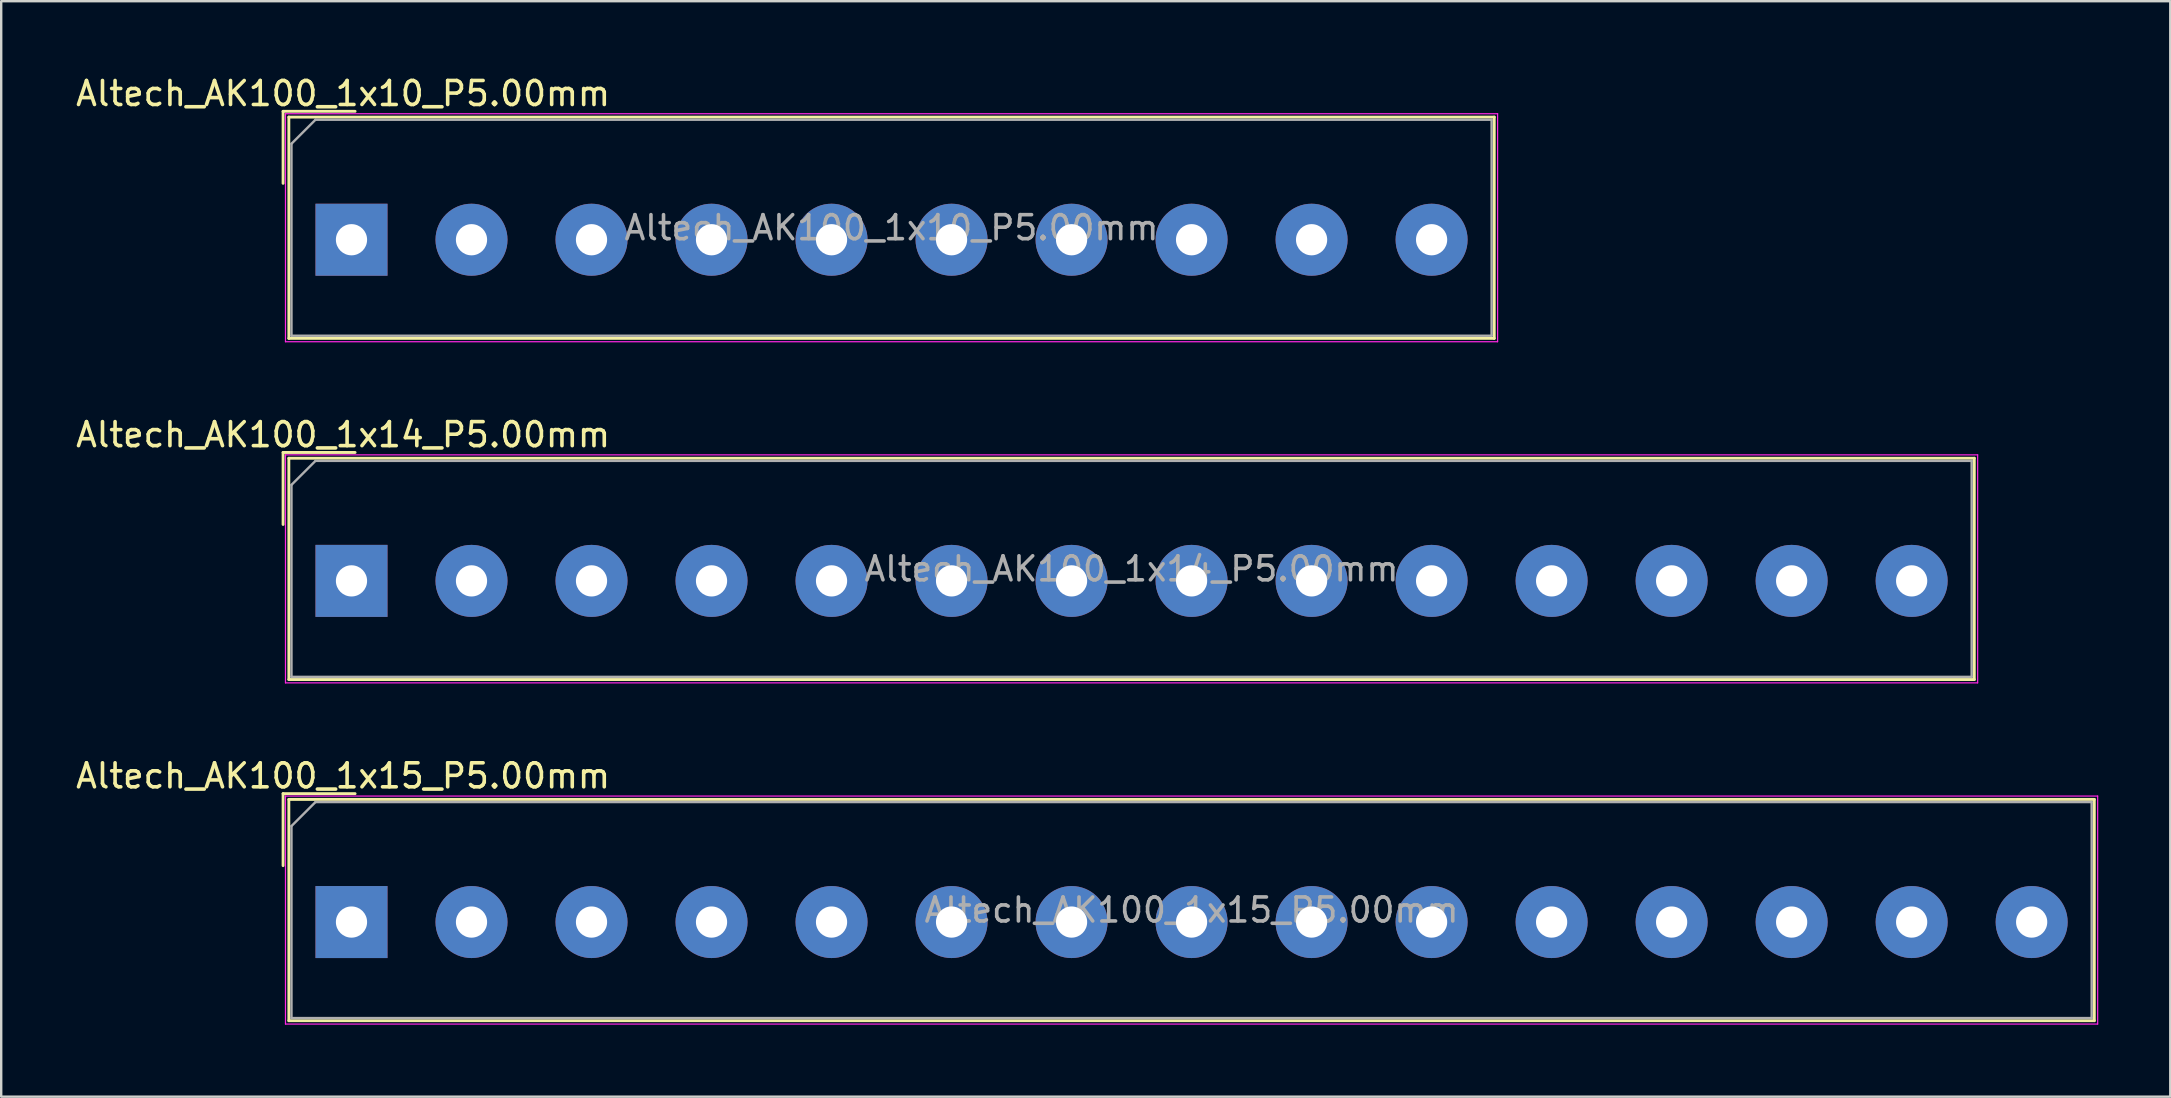
<source format=kicad_pcb>
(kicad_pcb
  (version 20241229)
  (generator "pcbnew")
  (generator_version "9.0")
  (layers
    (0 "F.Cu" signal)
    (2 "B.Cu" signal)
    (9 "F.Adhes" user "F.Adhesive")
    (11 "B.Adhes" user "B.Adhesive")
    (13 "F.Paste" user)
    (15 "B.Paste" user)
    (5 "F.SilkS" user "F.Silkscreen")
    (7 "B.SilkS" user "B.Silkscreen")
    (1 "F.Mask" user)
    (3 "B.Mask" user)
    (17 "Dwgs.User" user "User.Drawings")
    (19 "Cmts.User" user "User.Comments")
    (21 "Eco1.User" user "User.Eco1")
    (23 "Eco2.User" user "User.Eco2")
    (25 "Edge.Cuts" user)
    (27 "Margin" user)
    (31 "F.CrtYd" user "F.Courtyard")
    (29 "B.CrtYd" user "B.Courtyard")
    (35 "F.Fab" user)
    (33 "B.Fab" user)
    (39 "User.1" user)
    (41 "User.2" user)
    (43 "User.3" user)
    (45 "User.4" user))
  (footprint "Altech_AK100_1x14_P5.00mm"
    (layer "F.Cu")
    (at 11.594 21.151)
    (property "Reference" "Altech_AK100_1x14_P5.00mm" (at -0.35 -6.09 0) (layer "F.SilkS") (effects (font (size 1 1) (thickness 0.15))))
    (attr through_hole)
    (fp_line (start -2.85 -5.35) (end 0.15 -5.35) (stroke (width 0.12) (type solid)) (layer "F.SilkS"))
    (fp_line (start -2.85 -2.35) (end -2.85 -5.35) (stroke (width 0.12) (type solid)) (layer "F.SilkS"))
    (fp_line (start -2.61 -5.11) (end -2.61 4.11) (stroke (width 0.12) (type solid)) (layer "F.SilkS"))
    (fp_line (start -2.61 -5.11) (end 67.61 -5.11) (stroke (width 0.12) (type solid)) (layer "F.SilkS"))
    (fp_line (start -2.61 4.11) (end 67.61 4.11) (stroke (width 0.12) (type solid)) (layer "F.SilkS"))
    (fp_line (start 67.61 -5.11) (end 67.61 4.11) (stroke (width 0.12) (type solid)) (layer "F.SilkS"))
    (fp_line (start -2.75 -5.25) (end -2.75 4.25) (stroke (width 0.05) (type solid)) (layer "F.CrtYd"))
    (fp_line (start -2.75 -5.25) (end 67.75 -5.25) (stroke (width 0.05) (type solid)) (layer "F.CrtYd"))
    (fp_line (start -2.75 4.25) (end 67.75 4.25) (stroke (width 0.05) (type solid)) (layer "F.CrtYd"))
    (fp_line (start 67.75 -5.25) (end 67.75 4.25) (stroke (width 0.05) (type solid)) (layer "F.CrtYd"))
    (fp_line (start -2.5 -4) (end -1.5 -5) (stroke (width 0.1) (type solid)) (layer "F.Fab"))
    (fp_line (start -2.5 4) (end -2.5 -4) (stroke (width 0.1) (type solid)) (layer "F.Fab"))
    (fp_line (start -1.5 -5) (end 67.5 -5) (stroke (width 0.1) (type solid)) (layer "F.Fab"))
    (fp_line (start 67.5 -5) (end 67.5 4) (stroke (width 0.1) (type solid)) (layer "F.Fab"))
    (fp_line (start 67.5 4) (end -2.5 4) (stroke (width 0.1) (type solid)) (layer "F.Fab"))
    (fp_text user "${REFERENCE}" (at 32.5 -0.5 0) (layer "F.Fab") (effects (font (size 1 1) (thickness 0.15))))
    (pad "1" thru_hole rect (at 0 0) (size 3 3) (drill 1.3) (layers "*.Cu" "*.Mask"))
    (pad "2" thru_hole circle (at 5 0) (size 3 3) (drill 1.3) (layers "*.Cu" "*.Mask"))
    (pad "3" thru_hole circle (at 10 0) (size 3 3) (drill 1.3) (layers "*.Cu" "*.Mask"))
    (pad "4" thru_hole circle (at 15 0) (size 3 3) (drill 1.3) (layers "*.Cu" "*.Mask"))
    (pad "5" thru_hole circle (at 20 0) (size 3 3) (drill 1.3) (layers "*.Cu" "*.Mask"))
    (pad "6" thru_hole circle (at 25 0) (size 3 3) (drill 1.3) (layers "*.Cu" "*.Mask"))
    (pad "7" thru_hole circle (at 30 0) (size 3 3) (drill 1.3) (layers "*.Cu" "*.Mask"))
    (pad "8" thru_hole circle (at 35 0) (size 3 3) (drill 1.3) (layers "*.Cu" "*.Mask"))
    (pad "9" thru_hole circle (at 40 0) (size 3 3) (drill 1.3) (layers "*.Cu" "*.Mask"))
    (pad "10" thru_hole circle (at 45 0) (size 3 3) (drill 1.3) (layers "*.Cu" "*.Mask"))
    (pad "11" thru_hole circle (at 50 0) (size 3 3) (drill 1.3) (layers "*.Cu" "*.Mask"))
    (pad "12" thru_hole circle (at 55 0) (size 3 3) (drill 1.3) (layers "*.Cu" "*.Mask"))
    (pad "13" thru_hole circle (at 60 0) (size 3 3) (drill 1.3) (layers "*.Cu" "*.Mask"))
    (pad "14" thru_hole circle (at 65 0) (size 3 3) (drill 1.3) (layers "*.Cu" "*.Mask")))
  (footprint "Altech_AK100_1x15_P5.00mm"
    (layer "F.Cu")
    (at 11.594 35.365)
    (property "Reference" "Altech_AK100_1x15_P5.00mm" (at -0.35 -6.09 0) (layer "F.SilkS") (effects (font (size 1 1) (thickness 0.15))))
    (attr through_hole)
    (fp_line (start -2.85 -5.35) (end 0.15 -5.35) (stroke (width 0.12) (type solid)) (layer "F.SilkS"))
    (fp_line (start -2.85 -2.35) (end -2.85 -5.35) (stroke (width 0.12) (type solid)) (layer "F.SilkS"))
    (fp_line (start -2.61 -5.11) (end -2.61 4.11) (stroke (width 0.12) (type solid)) (layer "F.SilkS"))
    (fp_line (start -2.61 -5.11) (end 72.61 -5.11) (stroke (width 0.12) (type solid)) (layer "F.SilkS"))
    (fp_line (start -2.61 4.11) (end 72.61 4.11) (stroke (width 0.12) (type solid)) (layer "F.SilkS"))
    (fp_line (start 72.61 -5.11) (end 72.61 4.11) (stroke (width 0.12) (type solid)) (layer "F.SilkS"))
    (fp_line (start -2.75 -5.25) (end -2.75 4.25) (stroke (width 0.05) (type solid)) (layer "F.CrtYd"))
    (fp_line (start -2.75 -5.25) (end 72.75 -5.25) (stroke (width 0.05) (type solid)) (layer "F.CrtYd"))
    (fp_line (start -2.75 4.25) (end 72.75 4.25) (stroke (width 0.05) (type solid)) (layer "F.CrtYd"))
    (fp_line (start 72.75 -5.25) (end 72.75 4.25) (stroke (width 0.05) (type solid)) (layer "F.CrtYd"))
    (fp_line (start -2.5 -4) (end -1.5 -5) (stroke (width 0.1) (type solid)) (layer "F.Fab"))
    (fp_line (start -2.5 4) (end -2.5 -4) (stroke (width 0.1) (type solid)) (layer "F.Fab"))
    (fp_line (start -1.5 -5) (end 72.5 -5) (stroke (width 0.1) (type solid)) (layer "F.Fab"))
    (fp_line (start 72.5 -5) (end 72.5 4) (stroke (width 0.1) (type solid)) (layer "F.Fab"))
    (fp_line (start 72.5 4) (end -2.5 4) (stroke (width 0.1) (type solid)) (layer "F.Fab"))
    (fp_text user "${REFERENCE}" (at 35 -0.5 0) (layer "F.Fab") (effects (font (size 1 1) (thickness 0.15))))
    (pad "1" thru_hole rect (at 0 0) (size 3 3) (drill 1.3) (layers "*.Cu" "*.Mask"))
    (pad "2" thru_hole circle (at 5 0) (size 3 3) (drill 1.3) (layers "*.Cu" "*.Mask"))
    (pad "3" thru_hole circle (at 10 0) (size 3 3) (drill 1.3) (layers "*.Cu" "*.Mask"))
    (pad "4" thru_hole circle (at 15 0) (size 3 3) (drill 1.3) (layers "*.Cu" "*.Mask"))
    (pad "5" thru_hole circle (at 20 0) (size 3 3) (drill 1.3) (layers "*.Cu" "*.Mask"))
    (pad "6" thru_hole circle (at 25 0) (size 3 3) (drill 1.3) (layers "*.Cu" "*.Mask"))
    (pad "7" thru_hole circle (at 30 0) (size 3 3) (drill 1.3) (layers "*.Cu" "*.Mask"))
    (pad "8" thru_hole circle (at 35 0) (size 3 3) (drill 1.3) (layers "*.Cu" "*.Mask"))
    (pad "9" thru_hole circle (at 40 0) (size 3 3) (drill 1.3) (layers "*.Cu" "*.Mask"))
    (pad "10" thru_hole circle (at 45 0) (size 3 3) (drill 1.3) (layers "*.Cu" "*.Mask"))
    (pad "11" thru_hole circle (at 50 0) (size 3 3) (drill 1.3) (layers "*.Cu" "*.Mask"))
    (pad "12" thru_hole circle (at 55 0) (size 3 3) (drill 1.3) (layers "*.Cu" "*.Mask"))
    (pad "13" thru_hole circle (at 60 0) (size 3 3) (drill 1.3) (layers "*.Cu" "*.Mask"))
    (pad "14" thru_hole circle (at 65 0) (size 3 3) (drill 1.3) (layers "*.Cu" "*.Mask"))
    (pad "15" thru_hole circle (at 70 0) (size 3 3) (drill 1.3) (layers "*.Cu" "*.Mask")))
  (footprint "Altech_AK100_1x10_P5.00mm"
    (layer "F.Cu")
    (at 11.594 6.938)
    (property "Reference" "Altech_AK100_1x10_P5.00mm" (at -0.35 -6.09 0) (layer "F.SilkS") (effects (font (size 1 1) (thickness 0.15))))
    (attr through_hole)
    (fp_line (start -2.85 -5.35) (end 0.15 -5.35) (stroke (width 0.12) (type solid)) (layer "F.SilkS"))
    (fp_line (start -2.85 -2.35) (end -2.85 -5.35) (stroke (width 0.12) (type solid)) (layer "F.SilkS"))
    (fp_line (start -2.61 -5.11) (end -2.61 4.11) (stroke (width 0.12) (type solid)) (layer "F.SilkS"))
    (fp_line (start -2.61 -5.11) (end 47.61 -5.11) (stroke (width 0.12) (type solid)) (layer "F.SilkS"))
    (fp_line (start -2.61 4.11) (end 47.61 4.11) (stroke (width 0.12) (type solid)) (layer "F.SilkS"))
    (fp_line (start 47.61 -5.11) (end 47.61 4.11) (stroke (width 0.12) (type solid)) (layer "F.SilkS"))
    (fp_line (start -2.75 -5.25) (end -2.75 4.25) (stroke (width 0.05) (type solid)) (layer "F.CrtYd"))
    (fp_line (start -2.75 -5.25) (end 47.75 -5.25) (stroke (width 0.05) (type solid)) (layer "F.CrtYd"))
    (fp_line (start -2.75 4.25) (end 47.75 4.25) (stroke (width 0.05) (type solid)) (layer "F.CrtYd"))
    (fp_line (start 47.75 -5.25) (end 47.75 4.25) (stroke (width 0.05) (type solid)) (layer "F.CrtYd"))
    (fp_line (start -2.5 -4) (end -1.5 -5) (stroke (width 0.1) (type solid)) (layer "F.Fab"))
    (fp_line (start -2.5 4) (end -2.5 -4) (stroke (width 0.1) (type solid)) (layer "F.Fab"))
    (fp_line (start -1.5 -5) (end 47.5 -5) (stroke (width 0.1) (type solid)) (layer "F.Fab"))
    (fp_line (start 47.5 -5) (end 47.5 4) (stroke (width 0.1) (type solid)) (layer "F.Fab"))
    (fp_line (start 47.5 4) (end -2.5 4) (stroke (width 0.1) (type solid)) (layer "F.Fab"))
    (fp_text user "${REFERENCE}" (at 22.5 -0.5 0) (layer "F.Fab") (effects (font (size 1 1) (thickness 0.15))))
    (pad "1" thru_hole rect (at 0 0) (size 3 3) (drill 1.3) (layers "*.Cu" "*.Mask"))
    (pad "2" thru_hole circle (at 5 0) (size 3 3) (drill 1.3) (layers "*.Cu" "*.Mask"))
    (pad "3" thru_hole circle (at 10 0) (size 3 3) (drill 1.3) (layers "*.Cu" "*.Mask"))
    (pad "4" thru_hole circle (at 15 0) (size 3 3) (drill 1.3) (layers "*.Cu" "*.Mask"))
    (pad "5" thru_hole circle (at 20 0) (size 3 3) (drill 1.3) (layers "*.Cu" "*.Mask"))
    (pad "6" thru_hole circle (at 25 0) (size 3 3) (drill 1.3) (layers "*.Cu" "*.Mask"))
    (pad "7" thru_hole circle (at 30 0) (size 3 3) (drill 1.3) (layers "*.Cu" "*.Mask"))
    (pad "8" thru_hole circle (at 35 0) (size 3 3) (drill 1.3) (layers "*.Cu" "*.Mask"))
    (pad "9" thru_hole circle (at 40 0) (size 3 3) (drill 1.3) (layers "*.Cu" "*.Mask"))
    (pad "10" thru_hole circle (at 45 0) (size 3 3) (drill 1.3) (layers "*.Cu" "*.Mask")))
  (gr_rect
    (start -3 -3)
    (end 87.369 42.64)
    (stroke (width 0.1) (type default))
    (fill no)
    (layer "Edge.Cuts")))
</source>
